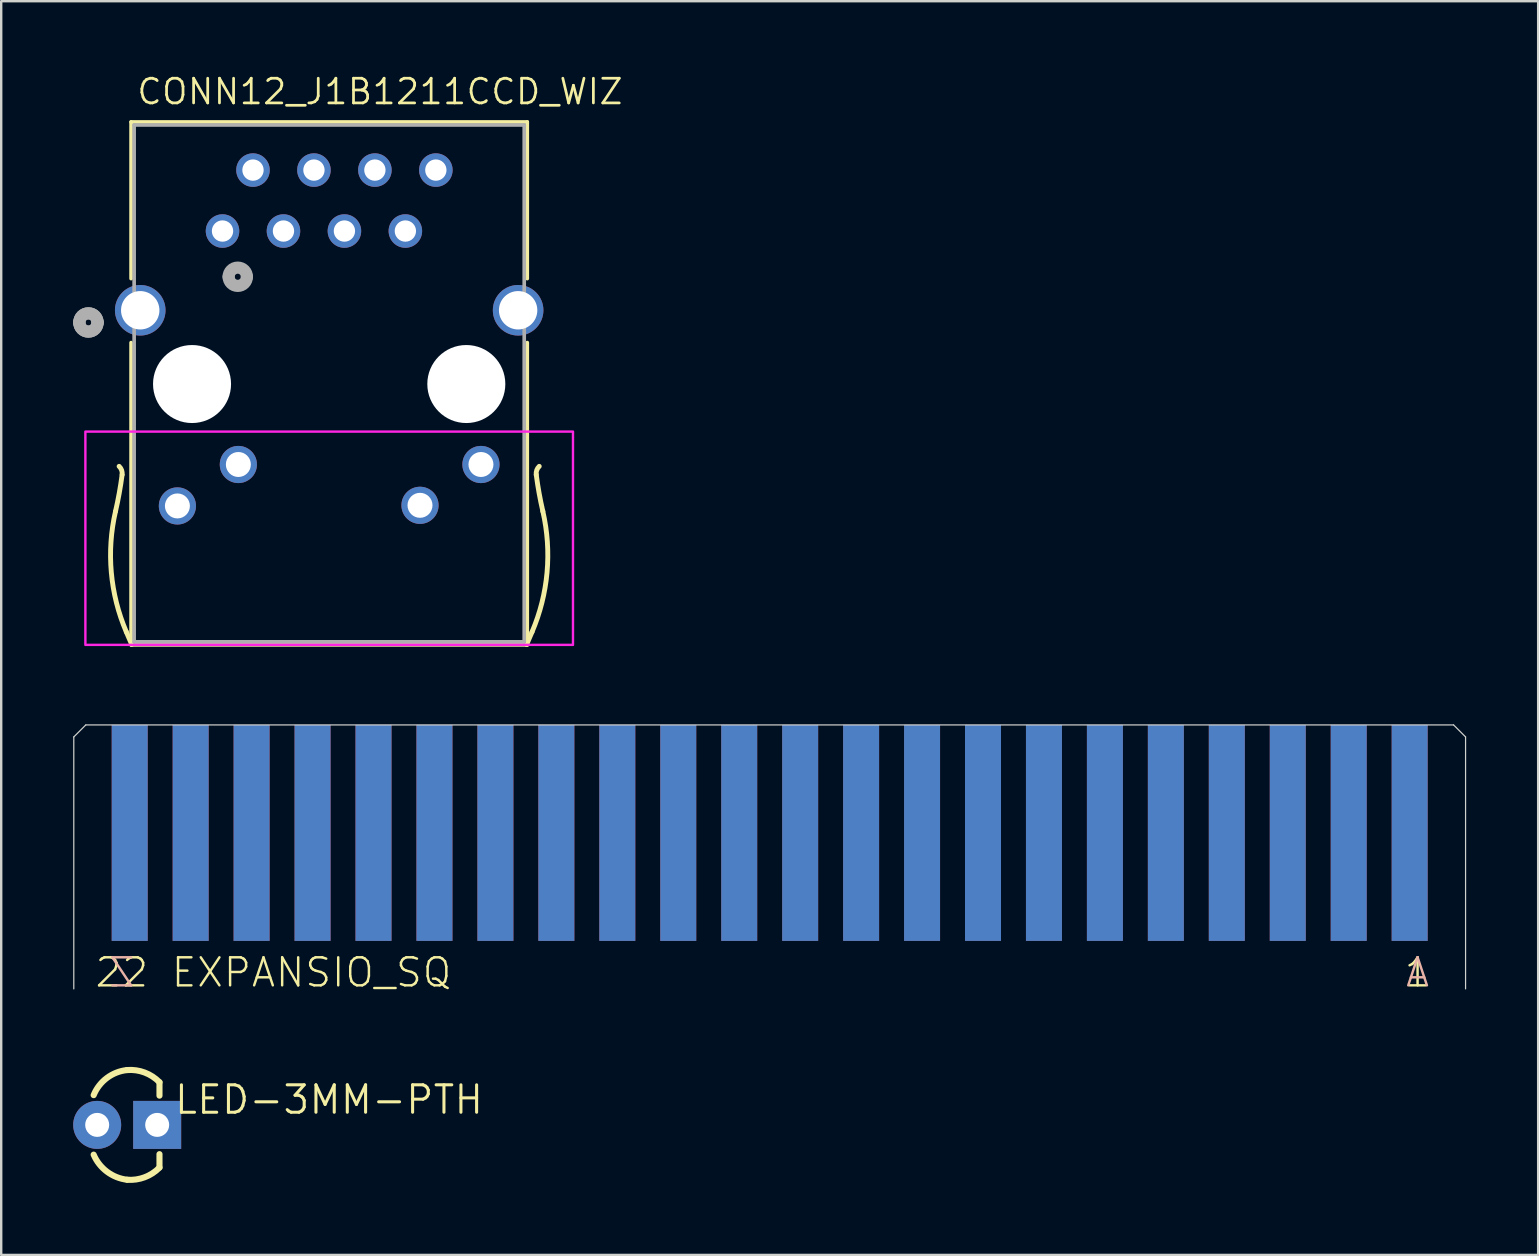
<source format=kicad_pcb>
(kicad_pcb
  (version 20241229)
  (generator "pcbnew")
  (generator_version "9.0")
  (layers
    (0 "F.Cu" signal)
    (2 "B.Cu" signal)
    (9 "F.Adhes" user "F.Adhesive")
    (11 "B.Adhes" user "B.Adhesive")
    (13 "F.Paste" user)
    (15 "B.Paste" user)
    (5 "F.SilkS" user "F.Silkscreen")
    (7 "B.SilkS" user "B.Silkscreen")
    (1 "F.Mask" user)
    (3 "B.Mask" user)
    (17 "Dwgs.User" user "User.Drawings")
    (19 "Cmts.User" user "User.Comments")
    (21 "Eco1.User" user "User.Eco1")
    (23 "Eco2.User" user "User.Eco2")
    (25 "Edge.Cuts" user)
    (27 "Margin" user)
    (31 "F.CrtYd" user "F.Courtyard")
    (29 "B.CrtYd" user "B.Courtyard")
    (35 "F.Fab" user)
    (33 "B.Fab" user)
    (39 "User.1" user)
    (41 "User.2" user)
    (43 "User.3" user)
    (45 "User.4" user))
  (footprint "EXPANSIO_SQ"
    (layer "F.Cu")
    (at 29.025 27.16)
    (property "Reference" "EXPANSIO_SQ" (at -25 11 0) (layer "F.SilkS") (effects (font (size 1.168 1.168) (thickness 0.102)) (justify left bottom)))
    (fp_poly (pts (xy -29 9) (xy 29 9) (xy 29 0) (xy -29 0)) (stroke (width 0) (type solid)) (fill yes) (layer "F.Mask"))
    (fp_poly (pts (xy -29 9) (xy 29 9) (xy 29 0) (xy -29 0)) (stroke (width 0) (type solid)) (fill yes) (layer "B.Mask"))
    (fp_line (start -29 0.5) (end -29 11) (stroke (width 0.05) (type solid)) (layer "Edge.Cuts"))
    (fp_line (start -28.5 0) (end -29 0.5) (stroke (width 0.05) (type solid)) (layer "Edge.Cuts"))
    (fp_line (start -28.5 0) (end 28.5 0) (stroke (width 0.05) (type solid)) (layer "Edge.Cuts"))
    (fp_line (start 28.5 0) (end 29 0.5) (stroke (width 0.05) (type solid)) (layer "Edge.Cuts"))
    (fp_line (start 29 0.5) (end 29 11) (stroke (width 0.05) (type solid)) (layer "Edge.Cuts"))
    (fp_text user "1" (at 27 11 0) (layer "F.SilkS") (effects (font (size 1.168 1.168) (thickness 0.102)) (justify bottom)))
    (fp_text user "22" (at -27 11 0) (layer "F.SilkS") (effects (font (size 1.168 1.168) (thickness 0.102)) (justify bottom)))
    (fp_text user "Z" (at -27 11 0) (layer "B.SilkS") (effects (font (size 1.168 1.168) (thickness 0.102)) (justify bottom mirror)))
    (fp_text user "A" (at 27 11 0) (layer "B.SilkS") (effects (font (size 1.168 1.168) (thickness 0.102)) (justify bottom mirror)))
    (pad "1" smd rect (at 26.67 4.5) (size 1.5 9) (layers "F.Cu"))
    (pad "2" smd rect (at 24.13 4.5) (size 1.5 9) (layers "F.Cu"))
    (pad "3" smd rect (at 21.59 4.5) (size 1.5 9) (layers "F.Cu"))
    (pad "4" smd rect (at 19.05 4.5) (size 1.5 9) (layers "F.Cu"))
    (pad "5" smd rect (at 16.51 4.5) (size 1.5 9) (layers "F.Cu"))
    (pad "6" smd rect (at 13.97 4.5) (size 1.5 9) (layers "F.Cu"))
    (pad "7" smd rect (at 11.43 4.5) (size 1.5 9) (layers "F.Cu"))
    (pad "8" smd rect (at 8.89 4.5) (size 1.5 9) (layers "F.Cu"))
    (pad "9" smd rect (at 6.35 4.5) (size 1.5 9) (layers "F.Cu"))
    (pad "10" smd rect (at 3.81 4.5) (size 1.5 9) (layers "F.Cu"))
    (pad "11" smd rect (at 1.27 4.5) (size 1.5 9) (layers "F.Cu"))
    (pad "12" smd rect (at -1.27 4.5) (size 1.5 9) (layers "F.Cu"))
    (pad "13" smd rect (at -3.81 4.5) (size 1.5 9) (layers "F.Cu"))
    (pad "14" smd rect (at -6.35 4.5) (size 1.5 9) (layers "F.Cu"))
    (pad "15" smd rect (at -8.89 4.5) (size 1.5 9) (layers "F.Cu"))
    (pad "16" smd rect (at -11.43 4.5) (size 1.5 9) (layers "F.Cu"))
    (pad "17" smd rect (at -13.97 4.5) (size 1.5 9) (layers "F.Cu"))
    (pad "18" smd rect (at -16.51 4.5) (size 1.5 9) (layers "F.Cu"))
    (pad "19" smd rect (at -19.05 4.5) (size 1.5 9) (layers "F.Cu"))
    (pad "20" smd rect (at -21.59 4.5) (size 1.5 9) (layers "F.Cu"))
    (pad "21" smd rect (at -24.13 4.5) (size 1.5 9) (layers "F.Cu"))
    (pad "22" smd rect (at -26.67 4.5) (size 1.5 9) (layers "F.Cu"))
    (pad "A" smd rect (at 26.67 4.5) (size 1.5 9) (layers "B.Cu"))
    (pad "B" smd rect (at 24.13 4.5) (size 1.5 9) (layers "B.Cu"))
    (pad "C" smd rect (at 21.59 4.5) (size 1.5 9) (layers "B.Cu"))
    (pad "D" smd rect (at 19.05 4.5) (size 1.5 9) (layers "B.Cu"))
    (pad "E" smd rect (at 16.51 4.5) (size 1.5 9) (layers "B.Cu"))
    (pad "F" smd rect (at 13.97 4.5) (size 1.5 9) (layers "B.Cu"))
    (pad "H" smd rect (at 11.43 4.5) (size 1.5 9) (layers "B.Cu"))
    (pad "J" smd rect (at 8.89 4.5) (size 1.5 9) (layers "B.Cu"))
    (pad "K" smd rect (at 6.35 4.5) (size 1.5 9) (layers "B.Cu"))
    (pad "L" smd rect (at 3.81 4.5) (size 1.5 9) (layers "B.Cu"))
    (pad "M" smd rect (at 1.27 4.5) (size 1.5 9) (layers "B.Cu"))
    (pad "N" smd rect (at -1.27 4.5) (size 1.5 9) (layers "B.Cu"))
    (pad "P" smd rect (at -3.81 4.5) (size 1.5 9) (layers "B.Cu"))
    (pad "R" smd rect (at -6.35 4.5) (size 1.5 9) (layers "B.Cu"))
    (pad "S" smd rect (at -8.89 4.5) (size 1.5 9) (layers "B.Cu"))
    (pad "T" smd rect (at -11.43 4.5) (size 1.5 9) (layers "B.Cu"))
    (pad "U" smd rect (at -13.97 4.5) (size 1.5 9) (layers "B.Cu"))
    (pad "V" smd rect (at -16.51 4.5) (size 1.5 9) (layers "B.Cu"))
    (pad "W" smd rect (at -19.05 4.5) (size 1.5 9) (layers "B.Cu"))
    (pad "X" smd rect (at -21.59 4.5) (size 1.5 9) (layers "B.Cu"))
    (pad "Y" smd rect (at -24.13 4.5) (size 1.5 9) (layers "B.Cu"))
    (pad "Z" smd rect (at -26.67 4.5) (size 1.5 9) (layers "B.Cu")))
  (footprint "LED-3MM-PTH"
    (layer "F.Cu")
    (at 2.25 43.828)
    (property "Reference" "LED-3MM-PTH" (at 1.905 -0.381 0) (layer "F.SilkS") (effects (font (size 1.143 1.143) (thickness 0.127)) (justify left bottom)))
    (fp_line (start 1.346 -1.778) (end 1.346 -1.219) (stroke (width 0.254) (type solid)) (layer "F.SilkS"))
    (fp_line (start 1.346 1.778) (end 1.346 1.219) (stroke (width 0.254) (type solid)) (layer "F.SilkS"))
    (fp_arc (start -1.397012 -1.24) (mid -0.84338 -1.95649) (end 0 -2.286) (stroke (width 0.254) (type solid)) (layer "F.SilkS"))
    (fp_arc (start 0 -2.286) (mid 0.729636 -2.181819) (end 1.3462 -1.777999) (stroke (width 0.254) (type solid)) (layer "F.SilkS"))
    (fp_arc (start 0 2.285999) (mid -0.839277 1.951016) (end -1.397 1.24) (stroke (width 0.254) (type solid)) (layer "F.SilkS"))
    (fp_arc (start 1.3462 1.777999) (mid 0.729635 2.181817) (end 0 2.286) (stroke (width 0.254) (type solid)) (layer "F.SilkS"))
    (pad "A" thru_hole circle (at -1.25 0) (size 2 2) (drill 1) (layers "*.Cu" "*.Mask"))
    (pad "K" thru_hole rect (at 1.25 0) (size 2 2) (drill 1) (layers "*.Cu" "*.Mask")))
  (footprint "CONN12_J1B1211CCD_WIZ"
    (layer "F.Cu")
    (at 10.668 11.633)
    (property "Reference" "CONN12_J1B1211CCD_WIZ" (at -8.077 -10.262 0) (layer "F.SilkS") (effects (font (size 1.029 1.029) (thickness 0.114)) (justify left bottom)))
    (fp_line (start -8.255 -9.601) (end -8.255 -3.073) (stroke (width 0.152) (type solid)) (layer "F.SilkS"))
    (fp_line (start -8.255 -0.406) (end -8.255 12.192) (stroke (width 0.152) (type solid)) (layer "F.SilkS"))
    (fp_line (start -8.255 12.192) (end 8.255 12.192) (stroke (width 0.152) (type solid)) (layer "F.SilkS"))
    (fp_line (start -8.229 12.175) (end -8.454 11.65) (stroke (width 0.203) (type solid)) (layer "F.SilkS"))
    (fp_line (start 8.229 12.175) (end 8.454 11.65) (stroke (width 0.203) (type solid)) (layer "F.SilkS"))
    (fp_line (start 8.255 -9.601) (end -8.255 -9.601) (stroke (width 0.152) (type solid)) (layer "F.SilkS"))
    (fp_line (start 8.255 -3.073) (end 8.255 -9.601) (stroke (width 0.152) (type solid)) (layer "F.SilkS"))
    (fp_line (start 8.255 12.192) (end 8.255 -0.406) (stroke (width 0.152) (type solid)) (layer "F.SilkS"))
    (fp_arc (start -8.754 4.7502) (mid -8.649272 4.910119) (end -8.629 5.1002) (stroke (width 0.2032) (type solid)) (layer "F.SilkS"))
    (fp_arc (start -8.629 5.1002) (mid -8.74825 5.865991) (end -8.904 6.6252) (stroke (width 0.2032) (type solid)) (layer "F.SilkS"))
    (fp_arc (start -8.454 11.6502) (mid -9.078769 9.1735) (end -8.904 6.625199) (stroke (width 0.2032) (type solid)) (layer "F.SilkS"))
    (fp_arc (start 8.629 5.1002) (mid 8.649272 4.910118) (end 8.754 4.7502) (stroke (width 0.2032) (type solid)) (layer "F.SilkS"))
    (fp_arc (start 8.904 6.625199) (mid 9.078769 9.1735) (end 8.454 11.6502) (stroke (width 0.2032) (type solid)) (layer "F.SilkS"))
    (fp_arc (start 8.904 6.6252) (mid 8.74825 5.865991) (end 8.629 5.1002) (stroke (width 0.2032) (type solid)) (layer "F.SilkS"))
    (fp_poly (pts (xy -10.16 12.192) (xy 10.16 12.192) (xy 10.16 3.302) (xy -10.16 3.302)) (stroke (width 0.1) (type solid)) (fill no) (layer "F.CrtYd"))
    (fp_line (start -8.128 -9.474) (end -8.128 12.065) (stroke (width 0.152) (type solid)) (layer "F.Fab"))
    (fp_line (start -8.128 12.065) (end 8.128 12.065) (stroke (width 0.152) (type solid)) (layer "F.Fab"))
    (fp_line (start 8.128 -9.474) (end -8.128 -9.474) (stroke (width 0.152) (type solid)) (layer "F.Fab"))
    (fp_line (start 8.128 12.065) (end 8.128 -9.474) (stroke (width 0.152) (type solid)) (layer "F.Fab"))
    (fp_arc (start -10.414 -1.2446) (mid -10.033 -1.6256) (end -9.652 -1.2446) (stroke (width 0.508) (type solid)) (layer "F.Fab"))
    (fp_arc (start -10.414 -1.2446) (mid -10.033 -1.6256) (end -9.652 -1.2446) (stroke (width 0.508) (type solid)) (layer "F.Fab"))
    (fp_arc (start -9.652 -1.2446) (mid -10.033 -0.8636) (end -10.414 -1.2446) (stroke (width 0.508) (type solid)) (layer "F.Fab"))
    (fp_arc (start -9.652 -1.2446) (mid -10.033 -0.8636) (end -10.414 -1.2446) (stroke (width 0.508) (type solid)) (layer "F.Fab"))
    (fp_arc (start -4.191 -3.1496) (mid -3.81 -3.5306) (end -3.429 -3.1496) (stroke (width 0.508) (type solid)) (layer "F.Fab"))
    (fp_arc (start -3.429 -3.1496) (mid -3.81 -2.7686) (end -4.191 -3.1496) (stroke (width 0.508) (type solid)) (layer "F.Fab"))
    (pad "" np_thru_hole circle (at -5.715 1.321) (size 3.251 3.251) (drill 3.251) (layers "*.Cu" "*.Mask"))
    (pad "" np_thru_hole circle (at 5.715 1.321) (size 3.251 3.251) (drill 3.251) (layers "*.Cu" "*.Mask"))
    (pad "1" thru_hole circle (at -4.445 -5.055) (size 1.397 1.397) (drill 0.889) (layers "*.Cu" "*.Mask"))
    (pad "2" thru_hole circle (at -3.175 -7.595) (size 1.397 1.397) (drill 0.889) (layers "*.Cu" "*.Mask"))
    (pad "3" thru_hole circle (at -1.905 -5.055) (size 1.397 1.397) (drill 0.889) (layers "*.Cu" "*.Mask"))
    (pad "4" thru_hole circle (at -0.635 -7.595) (size 1.397 1.397) (drill 0.889) (layers "*.Cu" "*.Mask"))
    (pad "5" thru_hole circle (at 0.635 -5.055) (size 1.397 1.397) (drill 0.889) (layers "*.Cu" "*.Mask"))
    (pad "6" thru_hole circle (at 1.905 -7.595) (size 1.397 1.397) (drill 0.889) (layers "*.Cu" "*.Mask"))
    (pad "7" thru_hole circle (at 3.175 -5.055) (size 1.397 1.397) (drill 0.889) (layers "*.Cu" "*.Mask"))
    (pad "8" thru_hole circle (at 4.445 -7.595) (size 1.397 1.397) (drill 0.889) (layers "*.Cu" "*.Mask"))
    (pad "9" thru_hole circle (at -6.325 6.401) (size 1.549 1.549) (drill 1.041) (layers "*.Cu" "*.Mask"))
    (pad "10" thru_hole circle (at -3.785 4.674) (size 1.549 1.549) (drill 1.041) (layers "*.Cu" "*.Mask"))
    (pad "11" thru_hole circle (at 3.785 6.375) (size 1.549 1.549) (drill 1.041) (layers "*.Cu" "*.Mask"))
    (pad "12" thru_hole circle (at 6.325 4.674) (size 1.549 1.549) (drill 1.041) (layers "*.Cu" "*.Mask"))
    (pad "S1" thru_hole circle (at -7.874 -1.753 90) (size 2.108 2.108) (drill 1.6) (layers "*.Cu" "*.Mask"))
    (pad "S2" thru_hole circle (at 7.874 -1.753 90) (size 2.108 2.108) (drill 1.6) (layers "*.Cu" "*.Mask")))
  (gr_rect
    (start -3 -3)
    (end 61.05 49.247)
    (stroke (width 0.1) (type default))
    (fill no)
    (layer "Edge.Cuts")))
</source>
